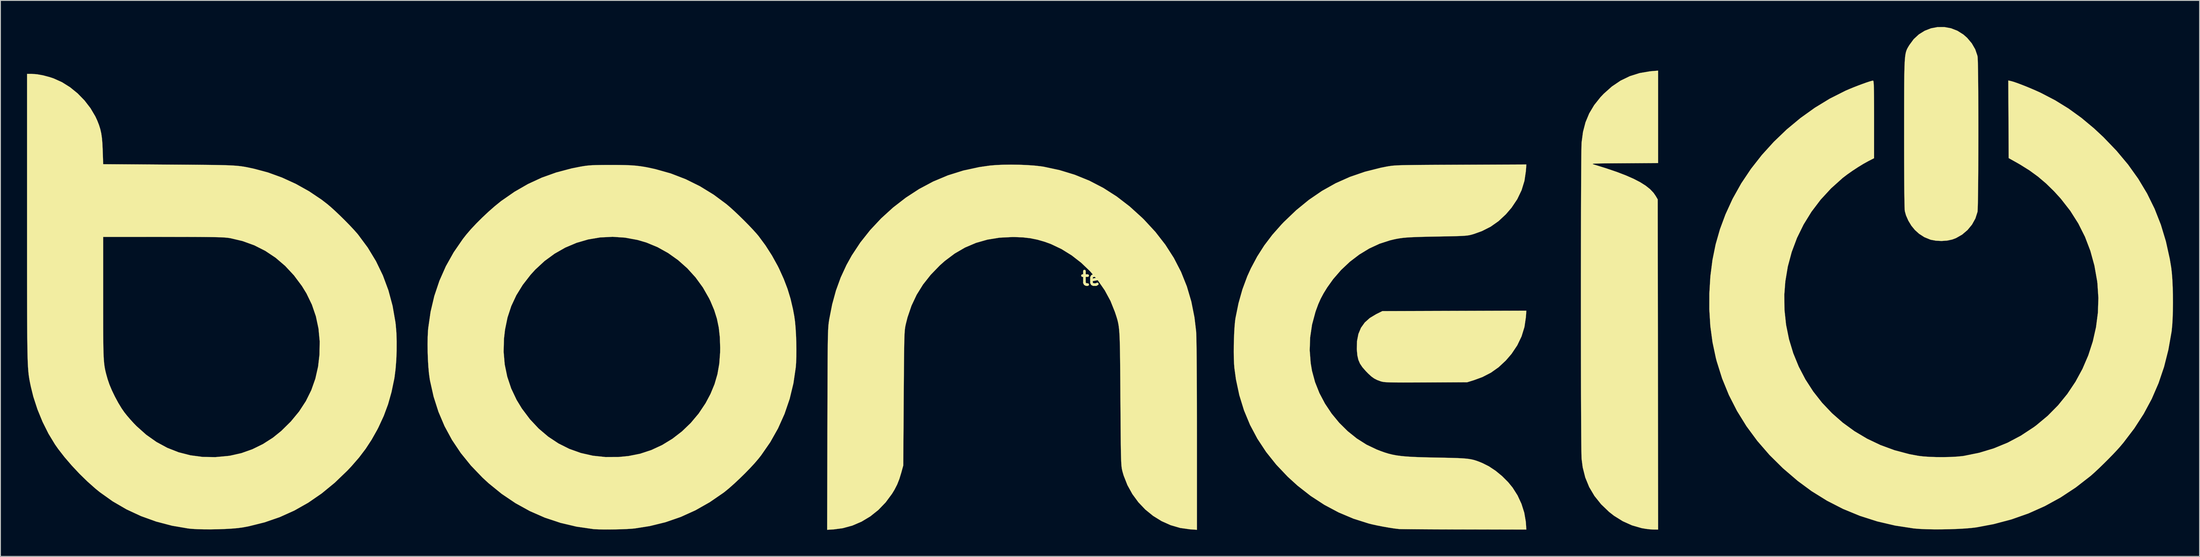
<source format=kicad_pcb>
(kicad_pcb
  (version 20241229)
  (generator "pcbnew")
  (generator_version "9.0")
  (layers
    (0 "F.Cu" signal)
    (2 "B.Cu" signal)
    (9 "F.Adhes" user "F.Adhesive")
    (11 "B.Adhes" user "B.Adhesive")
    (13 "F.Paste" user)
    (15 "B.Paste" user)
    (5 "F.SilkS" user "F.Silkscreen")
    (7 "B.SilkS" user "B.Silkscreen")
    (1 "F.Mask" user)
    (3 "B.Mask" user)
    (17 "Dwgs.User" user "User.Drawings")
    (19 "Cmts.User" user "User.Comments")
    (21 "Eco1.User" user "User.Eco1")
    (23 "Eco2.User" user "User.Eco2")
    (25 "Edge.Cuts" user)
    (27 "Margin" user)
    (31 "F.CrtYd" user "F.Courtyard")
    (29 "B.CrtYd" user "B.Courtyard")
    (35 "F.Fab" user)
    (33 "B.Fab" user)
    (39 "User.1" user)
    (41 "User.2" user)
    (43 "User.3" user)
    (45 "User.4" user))
  (footprint "test"
    (layer "F.Cu")
    (at 121.163 28.408)
    (property "Reference" "test" (at 0 0 0) (layer "F.SilkS") (effects (font (size 1.524 1.524) (thickness 0.3))))
    (attr through_hole)
    (fp_poly (pts (xy 48.063 4.384) (xy 47.902 5.482) (xy 47.576 6.54) (xy 47.09 7.553) (xy 46.443 8.518) (xy 45.805 9.26) (xy 44.988 10.022) (xy 44.116 10.64) (xy 43.157 11.134) (xy 42.188 11.49) (xy 41.444 11.721) (xy 36.788 11.743) (xy 35.774 11.747) (xy 34.916 11.75) (xy 34.198 11.751) (xy 33.605 11.749) (xy 33.123 11.744) (xy 32.738 11.737) (xy 32.434 11.725) (xy 32.198 11.71) (xy 32.015 11.691) (xy 31.869 11.667) (xy 31.747 11.638) (xy 31.651 11.609) (xy 31.263 11.465) (xy 30.932 11.294) (xy 30.616 11.066) (xy 30.272 10.752) (xy 29.992 10.466) (xy 29.608 10.027) (xy 29.334 9.619) (xy 29.151 9.194) (xy 29.04 8.706) (xy 28.983 8.109) (xy 28.975 7.953) (xy 29 7.055) (xy 29.155 6.264) (xy 29.444 5.572) (xy 29.87 4.975) (xy 30.436 4.466) (xy 31.144 4.04) (xy 31.864 3.683) (xy 39.99 3.66) (xy 48.116 3.637) (xy 48.063 4.384)) (stroke (width 0.01) (type solid)) (fill yes) (layer "F.SilkS"))
    (fp_poly (pts (xy 96.057 -28.265) (xy 96.781 -27.984) (xy 97.459 -27.557) (xy 97.881 -27.186) (xy 98.406 -26.563) (xy 98.795 -25.888) (xy 99.035 -25.19) (xy 99.06 -25.071) (xy 99.074 -24.905) (xy 99.088 -24.585) (xy 99.1 -24.126) (xy 99.111 -23.54) (xy 99.12 -22.843) (xy 99.128 -22.049) (xy 99.135 -21.173) (xy 99.14 -20.228) (xy 99.144 -19.229) (xy 99.147 -18.19) (xy 99.148 -17.126) (xy 99.148 -16.051) (xy 99.146 -14.979) (xy 99.143 -13.925) (xy 99.139 -12.903) (xy 99.134 -11.927) (xy 99.127 -11.011) (xy 99.119 -10.171) (xy 99.11 -9.419) (xy 99.1 -8.771) (xy 99.088 -8.241) (xy 99.075 -7.843) (xy 99.06 -7.592) (xy 99.051 -7.518) (xy 98.814 -6.777) (xy 98.431 -6.087) (xy 97.924 -5.472) (xy 97.317 -4.957) (xy 96.629 -4.564) (xy 96.194 -4.4) (xy 95.632 -4.281) (xy 94.999 -4.237) (xy 94.364 -4.267) (xy 93.798 -4.37) (xy 93.709 -4.397) (xy 93.045 -4.67) (xy 92.457 -5.051) (xy 91.986 -5.476) (xy 91.59 -5.958) (xy 91.244 -6.529) (xy 90.981 -7.127) (xy 90.847 -7.61) (xy 90.833 -7.777) (xy 90.819 -8.107) (xy 90.807 -8.594) (xy 90.797 -9.233) (xy 90.788 -10.017) (xy 90.78 -10.941) (xy 90.775 -11.999) (xy 90.77 -13.184) (xy 90.768 -14.491) (xy 90.767 -15.914) (xy 90.768 -16.416) (xy 90.768 -17.841) (xy 90.769 -19.108) (xy 90.771 -20.226) (xy 90.774 -21.207) (xy 90.779 -22.059) (xy 90.787 -22.795) (xy 90.798 -23.424) (xy 90.812 -23.956) (xy 90.832 -24.403) (xy 90.856 -24.775) (xy 90.886 -25.081) (xy 90.922 -25.333) (xy 90.966 -25.542) (xy 91.017 -25.716) (xy 91.076 -25.868) (xy 91.144 -26.006) (xy 91.221 -26.143) (xy 91.309 -26.287) (xy 91.358 -26.368) (xy 91.85 -27.036) (xy 92.435 -27.575) (xy 93.093 -27.984) (xy 93.804 -28.26) (xy 94.548 -28.4) (xy 95.306 -28.403) (xy 96.057 -28.265)) (stroke (width 0.01) (type solid)) (fill yes) (layer "F.SilkS"))
    (fp_poly (pts (xy 62.992 -13.04) (xy 59.161 -13.018) (xy 58.257 -13.013) (xy 57.51 -13.008) (xy 56.907 -13.003) (xy 56.435 -12.996) (xy 56.083 -12.988) (xy 55.836 -12.978) (xy 55.684 -12.965) (xy 55.612 -12.948) (xy 55.609 -12.927) (xy 55.662 -12.901) (xy 55.759 -12.869) (xy 55.838 -12.845) (xy 57.17 -12.431) (xy 58.342 -12.031) (xy 59.362 -11.64) (xy 60.239 -11.254) (xy 60.981 -10.868) (xy 61.596 -10.478) (xy 62.093 -10.081) (xy 62.48 -9.671) (xy 62.719 -9.325) (xy 62.95 -8.932) (xy 62.972 9.716) (xy 62.993 28.363) (xy 62.421 28.357) (xy 62.055 28.335) (xy 61.611 28.282) (xy 61.177 28.209) (xy 61.114 28.196) (xy 60.04 27.886) (xy 58.999 27.417) (xy 58.015 26.804) (xy 57.458 26.368) (xy 56.555 25.501) (xy 55.807 24.566) (xy 55.212 23.562) (xy 54.77 22.485) (xy 54.479 21.332) (xy 54.354 20.362) (xy 54.345 20.158) (xy 54.337 19.795) (xy 54.329 19.283) (xy 54.321 18.632) (xy 54.314 17.852) (xy 54.308 16.953) (xy 54.302 15.946) (xy 54.297 14.84) (xy 54.292 13.646) (xy 54.288 12.373) (xy 54.285 11.032) (xy 54.282 9.633) (xy 54.28 8.186) (xy 54.278 6.701) (xy 54.277 5.188) (xy 54.276 3.658) (xy 54.276 2.119) (xy 54.276 0.584) (xy 54.277 -0.94) (xy 54.279 -2.44) (xy 54.281 -3.908) (xy 54.284 -5.332) (xy 54.287 -6.704) (xy 54.291 -8.013) (xy 54.295 -9.248) (xy 54.3 -10.4) (xy 54.306 -11.459) (xy 54.312 -12.414) (xy 54.318 -13.255) (xy 54.325 -13.973) (xy 54.333 -14.557) (xy 54.341 -14.997) (xy 54.35 -15.283) (xy 54.355 -15.367) (xy 54.513 -16.557) (xy 54.796 -17.643) (xy 55.213 -18.646) (xy 55.774 -19.585) (xy 56.486 -20.48) (xy 56.848 -20.862) (xy 57.769 -21.683) (xy 58.75 -22.346) (xy 59.795 -22.852) (xy 60.908 -23.204) (xy 62.091 -23.404) (xy 62.294 -23.422) (xy 62.992 -23.478) (xy 62.992 -13.04)) (stroke (width 0.01) (type solid)) (fill yes) (layer "F.SilkS"))
    (fp_poly (pts (xy 48.063 -12.128) (xy 47.902 -11.029) (xy 47.577 -9.97) (xy 47.09 -8.957) (xy 46.443 -7.992) (xy 45.805 -7.25) (xy 44.972 -6.475) (xy 44.082 -5.849) (xy 43.107 -5.355) (xy 42.188 -5.025) (xy 42.001 -4.97) (xy 41.829 -4.924) (xy 41.654 -4.886) (xy 41.457 -4.855) (xy 41.22 -4.831) (xy 40.924 -4.811) (xy 40.551 -4.794) (xy 40.081 -4.78) (xy 39.497 -4.766) (xy 38.78 -4.752) (xy 37.973 -4.737) (xy 37.041 -4.719) (xy 36.257 -4.7) (xy 35.601 -4.679) (xy 35.052 -4.655) (xy 34.588 -4.625) (xy 34.188 -4.588) (xy 33.832 -4.541) (xy 33.5 -4.484) (xy 33.168 -4.415) (xy 32.818 -4.331) (xy 32.724 -4.308) (xy 31.539 -3.925) (xy 30.377 -3.386) (xy 29.256 -2.704) (xy 28.191 -1.892) (xy 27.202 -0.962) (xy 26.305 0.073) (xy 25.632 1.016) (xy 25.224 1.677) (xy 24.899 2.285) (xy 24.622 2.907) (xy 24.362 3.613) (xy 24.3 3.799) (xy 23.923 5.203) (xy 23.708 6.643) (xy 23.656 8.099) (xy 23.767 9.554) (xy 23.918 10.443) (xy 24.262 11.712) (xy 24.754 12.949) (xy 25.382 14.137) (xy 26.131 15.261) (xy 26.989 16.302) (xy 27.941 17.246) (xy 28.974 18.075) (xy 30.074 18.772) (xy 31.214 19.316) (xy 31.689 19.5) (xy 32.128 19.656) (xy 32.553 19.787) (xy 32.984 19.894) (xy 33.441 19.981) (xy 33.944 20.05) (xy 34.513 20.104) (xy 35.169 20.147) (xy 35.932 20.18) (xy 36.821 20.206) (xy 37.858 20.228) (xy 37.973 20.23) (xy 38.885 20.248) (xy 39.648 20.266) (xy 40.281 20.285) (xy 40.804 20.309) (xy 41.236 20.34) (xy 41.598 20.38) (xy 41.908 20.432) (xy 42.187 20.497) (xy 42.455 20.579) (xy 42.731 20.679) (xy 43.034 20.801) (xy 43.151 20.849) (xy 43.893 21.222) (xy 44.65 21.726) (xy 45.384 22.33) (xy 46.058 23.004) (xy 46.564 23.622) (xy 47.121 24.5) (xy 47.565 25.457) (xy 47.88 26.452) (xy 48.051 27.444) (xy 48.066 27.622) (xy 48.116 28.363) (xy 41.097 28.349) (xy 40.013 28.347) (xy 38.973 28.343) (xy 37.989 28.34) (xy 37.074 28.336) (xy 36.242 28.331) (xy 35.507 28.326) (xy 34.88 28.321) (xy 34.377 28.316) (xy 34.009 28.311) (xy 33.79 28.306) (xy 33.74 28.303) (xy 33.233 28.243) (xy 32.619 28.149) (xy 31.952 28.032) (xy 31.288 27.903) (xy 30.683 27.77) (xy 30.325 27.681) (xy 28.603 27.136) (xy 26.93 26.431) (xy 25.314 25.571) (xy 23.76 24.558) (xy 22.277 23.397) (xy 21.177 22.396) (xy 19.879 21.028) (xy 18.737 19.597) (xy 17.751 18.101) (xy 16.919 16.536) (xy 16.239 14.898) (xy 15.71 13.185) (xy 15.329 11.393) (xy 15.152 10.098) (xy 15.114 9.6) (xy 15.091 8.982) (xy 15.083 8.281) (xy 15.088 7.533) (xy 15.106 6.776) (xy 15.136 6.048) (xy 15.177 5.386) (xy 15.229 4.826) (xy 15.275 4.487) (xy 15.619 2.796) (xy 16.062 1.225) (xy 16.609 -0.248) (xy 17.015 -1.143) (xy 17.73 -2.484) (xy 18.53 -3.737) (xy 19.441 -4.937) (xy 20.488 -6.12) (xy 20.738 -6.38) (xy 22.128 -7.709) (xy 23.558 -8.878) (xy 25.039 -9.891) (xy 26.581 -10.756) (xy 28.194 -11.476) (xy 29.891 -12.059) (xy 31.68 -12.51) (xy 32.269 -12.627) (xy 32.454 -12.661) (xy 32.63 -12.69) (xy 32.808 -12.716) (xy 33.001 -12.739) (xy 33.22 -12.758) (xy 33.477 -12.774) (xy 33.785 -12.788) (xy 34.154 -12.8) (xy 34.598 -12.809) (xy 35.128 -12.817) (xy 35.756 -12.824) (xy 36.494 -12.83) (xy 37.355 -12.835) (xy 38.349 -12.84) (xy 39.489 -12.844) (xy 40.716 -12.849) (xy 48.117 -12.877) (xy 48.063 -12.128)) (stroke (width 0.01) (type solid)) (fill yes) (layer "F.SilkS"))
    (fp_poly (pts (xy -9.153 -12.848) (xy -8.263 -12.812) (xy -7.433 -12.754) (xy -6.708 -12.675) (xy -6.392 -12.627) (xy -4.587 -12.241) (xy -2.868 -11.716) (xy -1.224 -11.048) (xy 0.35 -10.231) (xy 1.865 -9.263) (xy 3.328 -8.138) (xy 4.746 -6.852) (xy 4.955 -6.646) (xy 6.235 -5.261) (xy 7.356 -3.819) (xy 8.32 -2.315) (xy 9.13 -0.745) (xy 9.786 0.894) (xy 10.291 2.607) (xy 10.647 4.398) (xy 10.831 5.952) (xy 10.846 6.226) (xy 10.86 6.666) (xy 10.873 7.269) (xy 10.884 8.031) (xy 10.894 8.95) (xy 10.902 10.022) (xy 10.909 11.244) (xy 10.915 12.612) (xy 10.919 14.125) (xy 10.921 15.777) (xy 10.922 17.566) (xy 10.922 17.713) (xy 10.922 28.389) (xy 10.139 28.336) (xy 9.026 28.179) (xy 7.952 27.865) (xy 6.93 27.407) (xy 5.975 26.816) (xy 5.098 26.103) (xy 4.314 25.279) (xy 3.636 24.356) (xy 3.077 23.345) (xy 2.649 22.257) (xy 2.524 21.827) (xy 2.493 21.702) (xy 2.465 21.578) (xy 2.44 21.443) (xy 2.419 21.287) (xy 2.4 21.097) (xy 2.384 20.863) (xy 2.37 20.573) (xy 2.358 20.215) (xy 2.347 19.779) (xy 2.337 19.253) (xy 2.328 18.626) (xy 2.32 17.887) (xy 2.312 17.023) (xy 2.304 16.025) (xy 2.295 14.88) (xy 2.286 13.577) (xy 2.285 13.547) (xy 2.276 12.203) (xy 2.267 11.016) (xy 2.258 9.974) (xy 2.249 9.066) (xy 2.238 8.28) (xy 2.225 7.602) (xy 2.209 7.022) (xy 2.189 6.528) (xy 2.165 6.107) (xy 2.135 5.747) (xy 2.1 5.436) (xy 2.057 5.163) (xy 2.007 4.916) (xy 1.949 4.681) (xy 1.881 4.449) (xy 1.804 4.205) (xy 1.715 3.939) (xy 1.658 3.768) (xy 1.163 2.532) (xy 0.52 1.344) (xy -0.255 0.22) (xy -1.147 -0.824) (xy -2.14 -1.774) (xy -3.219 -2.612) (xy -4.366 -3.324) (xy -5.568 -3.894) (xy -6.253 -4.143) (xy -7.086 -4.383) (xy -7.894 -4.547) (xy -8.735 -4.644) (xy -9.666 -4.682) (xy -9.906 -4.683) (xy -11.359 -4.61) (xy -12.731 -4.39) (xy -14.028 -4.019) (xy -15.257 -3.496) (xy -16.425 -2.818) (xy -17.537 -1.983) (xy -18.103 -1.479) (xy -19.131 -0.418) (xy -20.001 0.683) (xy -20.721 1.841) (xy -21.301 3.071) (xy -21.75 4.388) (xy -21.943 5.148) (xy -21.974 5.293) (xy -22.003 5.437) (xy -22.027 5.589) (xy -22.049 5.762) (xy -22.067 5.968) (xy -22.084 6.216) (xy -22.098 6.52) (xy -22.11 6.891) (xy -22.121 7.34) (xy -22.13 7.878) (xy -22.139 8.518) (xy -22.147 9.27) (xy -22.155 10.146) (xy -22.163 11.157) (xy -22.171 12.316) (xy -22.18 13.547) (xy -22.232 21.124) (xy -22.452 21.929) (xy -22.673 22.652) (xy -22.92 23.275) (xy -23.222 23.863) (xy -23.499 24.318) (xy -24.217 25.288) (xy -25.037 26.141) (xy -25.946 26.868) (xy -26.93 27.461) (xy -27.974 27.911) (xy -29.065 28.208) (xy -30.039 28.337) (xy -30.826 28.389) (xy -30.797 17.052) (xy -30.793 15.436) (xy -30.789 13.981) (xy -30.785 12.676) (xy -30.781 11.512) (xy -30.777 10.481) (xy -30.773 9.573) (xy -30.768 8.777) (xy -30.762 8.087) (xy -30.755 7.491) (xy -30.747 6.98) (xy -30.738 6.546) (xy -30.728 6.179) (xy -30.716 5.87) (xy -30.702 5.609) (xy -30.687 5.387) (xy -30.67 5.195) (xy -30.65 5.024) (xy -30.628 4.863) (xy -30.604 4.705) (xy -30.586 4.596) (xy -30.256 2.918) (xy -29.829 1.358) (xy -29.295 -0.113) (xy -28.644 -1.521) (xy -28.045 -2.6) (xy -27.081 -4.061) (xy -25.971 -5.462) (xy -24.732 -6.786) (xy -23.383 -8.014) (xy -21.94 -9.131) (xy -20.447 -10.103) (xy -18.85 -10.954) (xy -17.19 -11.65) (xy -15.462 -12.192) (xy -13.662 -12.582) (xy -12.477 -12.752) (xy -11.767 -12.813) (xy -10.948 -12.849) (xy -10.062 -12.86) (xy -9.153 -12.848)) (stroke (width 0.01) (type solid)) (fill yes) (layer "F.SilkS"))
    (fp_poly (pts (xy -54.342 -12.822) (xy -53.618 -12.81) (xy -52.996 -12.785) (xy -52.442 -12.744) (xy -51.924 -12.684) (xy -51.408 -12.603) (xy -50.861 -12.495) (xy -50.249 -12.36) (xy -50.207 -12.35) (xy -48.484 -11.865) (xy -46.808 -11.22) (xy -45.189 -10.419) (xy -43.636 -9.466) (xy -42.206 -8.405) (xy -41.783 -8.045) (xy -41.289 -7.597) (xy -40.753 -7.089) (xy -40.206 -6.552) (xy -39.677 -6.016) (xy -39.196 -5.508) (xy -38.792 -5.06) (xy -38.561 -4.784) (xy -37.787 -3.736) (xy -37.054 -2.59) (xy -36.406 -1.419) (xy -36.248 -1.101) (xy -35.724 0.058) (xy -35.301 1.166) (xy -34.96 2.284) (xy -34.683 3.471) (xy -34.533 4.276) (xy -34.454 4.854) (xy -34.39 5.559) (xy -34.342 6.35) (xy -34.31 7.186) (xy -34.298 8.025) (xy -34.304 8.827) (xy -34.331 9.548) (xy -34.369 10.044) (xy -34.633 11.843) (xy -35.057 13.598) (xy -35.638 15.299) (xy -36.371 16.935) (xy -37.252 18.498) (xy -38.278 19.977) (xy -38.581 20.362) (xy -39 20.853) (xy -39.514 21.41) (xy -40.091 22.002) (xy -40.699 22.598) (xy -41.305 23.166) (xy -41.878 23.675) (xy -42.386 24.093) (xy -42.521 24.197) (xy -44.083 25.271) (xy -45.693 26.184) (xy -47.356 26.937) (xy -49.078 27.532) (xy -50.862 27.97) (xy -52.565 28.238) (xy -52.982 28.275) (xy -53.519 28.306) (xy -54.138 28.329) (xy -54.799 28.345) (xy -55.465 28.352) (xy -56.095 28.35) (xy -56.65 28.339) (xy -57.092 28.318) (xy -57.235 28.306) (xy -59.118 28.034) (xy -60.94 27.604) (xy -62.699 27.018) (xy -64.392 26.276) (xy -66.015 25.38) (xy -67.568 24.332) (xy -69.046 23.131) (xy -69.735 22.496) (xy -71.04 21.137) (xy -72.187 19.719) (xy -73.179 18.237) (xy -74.02 16.685) (xy -74.711 15.058) (xy -75.257 13.35) (xy -75.659 11.556) (xy -75.697 11.343) (xy -75.782 10.723) (xy -75.849 9.979) (xy -75.899 9.153) (xy -75.929 8.289) (xy -75.929 8.279) (xy -67.352 8.279) (xy -67.229 9.709) (xy -66.943 11.093) (xy -66.497 12.427) (xy -65.891 13.708) (xy -65.29 14.694) (xy -64.385 15.897) (xy -63.393 16.956) (xy -62.317 17.869) (xy -61.163 18.634) (xy -59.935 19.249) (xy -58.638 19.712) (xy -57.276 20.02) (xy -55.855 20.171) (xy -54.379 20.165) (xy -53.255 20.056) (xy -51.947 19.797) (xy -50.677 19.379) (xy -49.457 18.814) (xy -48.301 18.109) (xy -47.219 17.275) (xy -46.226 16.321) (xy -45.333 15.257) (xy -44.554 14.092) (xy -43.994 13.038) (xy -43.54 11.938) (xy -43.212 10.813) (xy -43.005 9.632) (xy -42.91 8.363) (xy -42.902 7.832) (xy -42.941 6.636) (xy -43.061 5.552) (xy -43.271 4.54) (xy -43.581 3.557) (xy -44 2.563) (xy -44.155 2.244) (xy -44.853 1.019) (xy -45.679 -0.117) (xy -46.617 -1.152) (xy -47.656 -2.075) (xy -48.779 -2.874) (xy -49.975 -3.54) (xy -51.228 -4.059) (xy -52.236 -4.355) (xy -53.652 -4.615) (xy -55.06 -4.708) (xy -56.448 -4.639) (xy -57.806 -4.41) (xy -59.123 -4.026) (xy -60.39 -3.49) (xy -61.595 -2.804) (xy -62.729 -1.974) (xy -63.78 -1.001) (xy -64.311 -0.416) (xy -65.196 0.725) (xy -65.919 1.897) (xy -66.488 3.115) (xy -66.91 4.399) (xy -67.192 5.764) (xy -67.313 6.806) (xy -67.352 8.279) (xy -75.929 8.279) (xy -75.939 7.431) (xy -75.926 6.623) (xy -75.891 5.908) (xy -75.866 5.62) (xy -75.598 3.762) (xy -75.177 1.976) (xy -74.602 0.261) (xy -73.874 -1.383) (xy -72.991 -2.957) (xy -71.955 -4.461) (xy -71.57 -4.953) (xy -71.06 -5.548) (xy -70.447 -6.202) (xy -69.768 -6.879) (xy -69.062 -7.542) (xy -68.365 -8.155) (xy -67.716 -8.682) (xy -67.6 -8.771) (xy -66.121 -9.797) (xy -64.61 -10.667) (xy -63.048 -11.39) (xy -61.415 -11.975) (xy -59.688 -12.432) (xy -58.702 -12.629) (xy -58.358 -12.688) (xy -58.04 -12.734) (xy -57.72 -12.768) (xy -57.37 -12.793) (xy -56.961 -12.809) (xy -56.465 -12.819) (xy -55.853 -12.824) (xy -55.203 -12.825) (xy -54.342 -12.822)) (stroke (width 0.01) (type solid)) (fill yes) (layer "F.SilkS"))
    (fp_poly (pts (xy 102.806 -22.307) (xy 103.092 -22.228) (xy 103.499 -22.09) (xy 103.994 -21.906) (xy 104.544 -21.689) (xy 105.116 -21.452) (xy 105.678 -21.208) (xy 106.196 -20.971) (xy 106.233 -20.953) (xy 107.819 -20.127) (xy 109.328 -19.196) (xy 110.783 -18.145) (xy 112.209 -16.955) (xy 113.273 -15.962) (xy 114.742 -14.434) (xy 116.05 -12.871) (xy 117.199 -11.264) (xy 118.197 -9.601) (xy 119.046 -7.875) (xy 119.754 -6.075) (xy 120.323 -4.193) (xy 120.76 -2.217) (xy 120.922 -1.247) (xy 120.994 -0.634) (xy 121.051 0.11) (xy 121.091 0.947) (xy 121.115 1.841) (xy 121.121 2.757) (xy 121.111 3.657) (xy 121.084 4.506) (xy 121.039 5.266) (xy 120.977 5.902) (xy 120.963 6.011) (xy 120.603 8.051) (xy 120.114 9.988) (xy 119.489 11.834) (xy 118.725 13.6) (xy 117.814 15.297) (xy 116.753 16.938) (xy 115.537 18.534) (xy 115.139 19.008) (xy 114.79 19.397) (xy 114.351 19.863) (xy 113.854 20.373) (xy 113.33 20.895) (xy 112.812 21.398) (xy 112.332 21.849) (xy 111.922 22.217) (xy 111.802 22.319) (xy 110.144 23.608) (xy 108.428 24.739) (xy 106.65 25.715) (xy 104.803 26.54) (xy 102.879 27.217) (xy 100.872 27.748) (xy 98.933 28.113) (xy 98.343 28.185) (xy 97.62 28.244) (xy 96.802 28.29) (xy 95.924 28.321) (xy 95.024 28.338) (xy 94.138 28.339) (xy 93.302 28.323) (xy 92.553 28.291) (xy 91.927 28.241) (xy 91.864 28.235) (xy 89.764 27.914) (xy 87.731 27.44) (xy 85.768 26.812) (xy 83.877 26.033) (xy 82.061 25.103) (xy 80.323 24.023) (xy 78.757 22.868) (xy 77.086 21.436) (xy 75.563 19.928) (xy 74.191 18.345) (xy 72.969 16.689) (xy 71.9 14.961) (xy 70.983 13.163) (xy 70.22 11.296) (xy 69.613 9.363) (xy 69.513 8.983) (xy 69.136 7.205) (xy 68.89 5.377) (xy 68.773 3.478) (xy 68.778 1.693) (xy 68.895 -0.251) (xy 69.13 -2.093) (xy 69.488 -3.856) (xy 69.976 -5.565) (xy 70.6 -7.244) (xy 71.365 -8.917) (xy 71.436 -9.058) (xy 72.381 -10.746) (xy 73.477 -12.382) (xy 74.707 -13.951) (xy 76.059 -15.441) (xy 77.515 -16.836) (xy 79.063 -18.122) (xy 80.686 -19.285) (xy 82.37 -20.312) (xy 84.101 -21.186) (xy 84.19 -21.227) (xy 84.613 -21.41) (xy 85.085 -21.603) (xy 85.577 -21.795) (xy 86.058 -21.974) (xy 86.497 -22.131) (xy 86.866 -22.253) (xy 87.134 -22.33) (xy 87.258 -22.352) (xy 87.285 -22.33) (xy 87.307 -22.256) (xy 87.326 -22.117) (xy 87.341 -21.9) (xy 87.353 -21.593) (xy 87.362 -21.184) (xy 87.368 -20.659) (xy 87.372 -20.007) (xy 87.375 -19.213) (xy 87.376 -18.267) (xy 87.376 -17.971) (xy 87.375 -13.589) (xy 86.72 -13.253) (xy 86.18 -12.954) (xy 85.568 -12.58) (xy 84.937 -12.166) (xy 84.343 -11.749) (xy 83.841 -11.365) (xy 83.82 -11.348) (xy 82.514 -10.174) (xy 81.342 -8.903) (xy 80.309 -7.541) (xy 79.417 -6.096) (xy 78.672 -4.578) (xy 78.077 -2.993) (xy 77.636 -1.351) (xy 77.354 0.343) (xy 77.241 1.82) (xy 77.26 3.546) (xy 77.44 5.231) (xy 77.772 6.867) (xy 78.251 8.445) (xy 78.87 9.96) (xy 79.623 11.401) (xy 80.503 12.763) (xy 81.504 14.037) (xy 82.62 15.215) (xy 83.844 16.29) (xy 85.169 17.254) (xy 86.589 18.099) (xy 88.098 18.817) (xy 89.689 19.401) (xy 91.356 19.843) (xy 92.371 20.033) (xy 92.94 20.101) (xy 93.63 20.148) (xy 94.396 20.174) (xy 95.194 20.179) (xy 95.978 20.163) (xy 96.702 20.125) (xy 97.322 20.066) (xy 97.524 20.038) (xy 99.248 19.687) (xy 100.885 19.193) (xy 102.448 18.551) (xy 103.947 17.757) (xy 105.395 16.805) (xy 105.686 16.59) (xy 106.972 15.519) (xy 108.143 14.334) (xy 109.192 13.046) (xy 110.114 11.667) (xy 110.905 10.211) (xy 111.559 8.69) (xy 112.071 7.115) (xy 112.435 5.5) (xy 112.647 3.856) (xy 112.701 2.197) (xy 112.592 0.534) (xy 112.561 0.285) (xy 112.253 -1.459) (xy 111.796 -3.123) (xy 111.19 -4.708) (xy 110.432 -6.217) (xy 109.523 -7.651) (xy 108.461 -9.013) (xy 107.697 -9.852) (xy 106.791 -10.737) (xy 105.877 -11.513) (xy 104.907 -12.219) (xy 103.834 -12.889) (xy 103.42 -13.125) (xy 102.574 -13.598) (xy 102.552 -17.982) (xy 102.53 -22.366) (xy 102.806 -22.307)) (stroke (width 0.01) (type solid)) (fill yes) (layer "F.SilkS"))
    (fp_poly (pts (xy -120.032 -23.069) (xy -119.326 -22.941) (xy -118.578 -22.739) (xy -118.152 -22.596) (xy -117.212 -22.172) (xy -116.303 -21.602) (xy -115.449 -20.908) (xy -114.673 -20.112) (xy -113.997 -19.237) (xy -113.447 -18.306) (xy -113.233 -17.844) (xy -113.038 -17.347) (xy -112.89 -16.877) (xy -112.781 -16.395) (xy -112.704 -15.862) (xy -112.651 -15.239) (xy -112.617 -14.486) (xy -112.617 -14.478) (xy -112.564 -12.912) (xy -105.156 -12.865) (xy -103.844 -12.857) (xy -102.688 -12.849) (xy -101.676 -12.841) (xy -100.795 -12.833) (xy -100.033 -12.824) (xy -99.377 -12.812) (xy -98.813 -12.799) (xy -98.331 -12.782) (xy -97.915 -12.761) (xy -97.555 -12.736) (xy -97.237 -12.707) (xy -96.949 -12.672) (xy -96.677 -12.63) (xy -96.41 -12.582) (xy -96.134 -12.527) (xy -95.837 -12.463) (xy -95.546 -12.4) (xy -93.959 -11.976) (xy -92.371 -11.399) (xy -90.813 -10.686) (xy -89.315 -9.849) (xy -87.908 -8.904) (xy -87.249 -8.396) (xy -86.837 -8.046) (xy -86.351 -7.604) (xy -85.821 -7.1) (xy -85.279 -6.567) (xy -84.758 -6.035) (xy -84.29 -5.538) (xy -83.905 -5.105) (xy -83.778 -4.953) (xy -82.694 -3.49) (xy -81.764 -1.955) (xy -80.987 -0.348) (xy -80.363 1.332) (xy -79.891 3.085) (xy -79.572 4.913) (xy -79.534 5.218) (xy -79.459 6.113) (xy -79.425 7.114) (xy -79.43 8.169) (xy -79.473 9.226) (xy -79.553 10.234) (xy -79.667 11.141) (xy -79.701 11.345) (xy -80.011 12.834) (xy -80.4 14.211) (xy -80.886 15.523) (xy -81.482 16.814) (xy -81.624 17.09) (xy -82.253 18.207) (xy -82.928 19.24) (xy -83.68 20.23) (xy -84.541 21.221) (xy -85.002 21.709) (xy -86.422 23.074) (xy -87.888 24.277) (xy -89.405 25.323) (xy -90.981 26.214) (xy -92.621 26.953) (xy -94.331 27.544) (xy -96.116 27.99) (xy -96.816 28.122) (xy -97.342 28.193) (xy -97.999 28.251) (xy -98.749 28.295) (xy -99.553 28.324) (xy -100.374 28.339) (xy -101.173 28.337) (xy -101.914 28.318) (xy -102.556 28.282) (xy -102.955 28.242) (xy -104.796 27.927) (xy -106.578 27.459) (xy -108.294 26.842) (xy -109.934 26.079) (xy -111.49 25.174) (xy -112.953 24.132) (xy -113.453 23.725) (xy -114.353 22.925) (xy -115.254 22.044) (xy -116.123 21.116) (xy -116.928 20.179) (xy -117.637 19.267) (xy -117.998 18.754) (xy -118.739 17.533) (xy -119.406 16.197) (xy -119.982 14.791) (xy -120.448 13.36) (xy -120.73 12.218) (xy -120.78 11.979) (xy -120.826 11.757) (xy -120.868 11.544) (xy -120.906 11.332) (xy -120.941 11.114) (xy -120.973 10.881) (xy -121.001 10.627) (xy -121.026 10.343) (xy -121.049 10.022) (xy -121.069 9.656) (xy -121.086 9.238) (xy -121.101 8.759) (xy -121.113 8.212) (xy -121.124 7.59) (xy -121.133 6.885) (xy -121.14 6.088) (xy -121.145 5.193) (xy -121.15 4.192) (xy -121.153 3.077) (xy -121.155 1.84) (xy -121.157 0.474) (xy -121.158 -1.03) (xy -121.158 -2.678) (xy -121.158 -4.478) (xy -121.158 -4.699) (xy -112.564 -4.699) (xy -112.564 2.201) (xy -112.564 3.488) (xy -112.563 4.619) (xy -112.562 5.606) (xy -112.558 6.462) (xy -112.551 7.201) (xy -112.542 7.834) (xy -112.528 8.376) (xy -112.509 8.838) (xy -112.485 9.234) (xy -112.454 9.577) (xy -112.417 9.879) (xy -112.372 10.153) (xy -112.319 10.413) (xy -112.257 10.671) (xy -112.185 10.94) (xy -112.102 11.232) (xy -112.058 11.388) (xy -111.858 11.974) (xy -111.576 12.645) (xy -111.236 13.35) (xy -110.862 14.044) (xy -110.478 14.676) (xy -110.175 15.113) (xy -109.878 15.487) (xy -109.507 15.919) (xy -109.113 16.352) (xy -108.795 16.679) (xy -107.703 17.653) (xy -106.547 18.469) (xy -105.329 19.129) (xy -104.053 19.631) (xy -102.72 19.973) (xy -101.333 20.157) (xy -99.894 20.179) (xy -98.408 20.04) (xy -98.213 20.011) (xy -96.956 19.728) (xy -95.719 19.289) (xy -94.526 18.704) (xy -93.403 17.986) (xy -92.456 17.222) (xy -91.37 16.149) (xy -90.445 15.028) (xy -89.679 13.853) (xy -89.068 12.62) (xy -88.609 11.321) (xy -88.299 9.952) (xy -88.142 8.594) (xy -88.118 7.096) (xy -88.254 5.655) (xy -88.548 4.273) (xy -89 2.95) (xy -89.611 1.688) (xy -90.125 0.851) (xy -91.028 -0.357) (xy -92.02 -1.422) (xy -93.098 -2.344) (xy -94.26 -3.119) (xy -95.502 -3.747) (xy -96.823 -4.226) (xy -98.193 -4.549) (xy -98.359 -4.576) (xy -98.539 -4.6) (xy -98.747 -4.62) (xy -98.994 -4.637) (xy -99.293 -4.652) (xy -99.655 -4.664) (xy -100.094 -4.674) (xy -100.621 -4.681) (xy -101.249 -4.687) (xy -101.99 -4.691) (xy -102.856 -4.694) (xy -103.859 -4.696) (xy -105.012 -4.697) (xy -105.791 -4.697) (xy -112.564 -4.699) (xy -121.158 -4.699) (xy -121.158 -6.439) (xy -121.158 -6.862) (xy -121.158 -23.114) (xy -120.646 -23.114) (xy -120.032 -23.069)) (stroke (width 0.01) (type solid)) (fill yes) (layer "F.SilkS")))
  (gr_rect
    (start -3 -3)
    (end 245.289 59.802)
    (stroke (width 0.1) (type default))
    (fill no)
    (layer "Edge.Cuts")))
</source>
